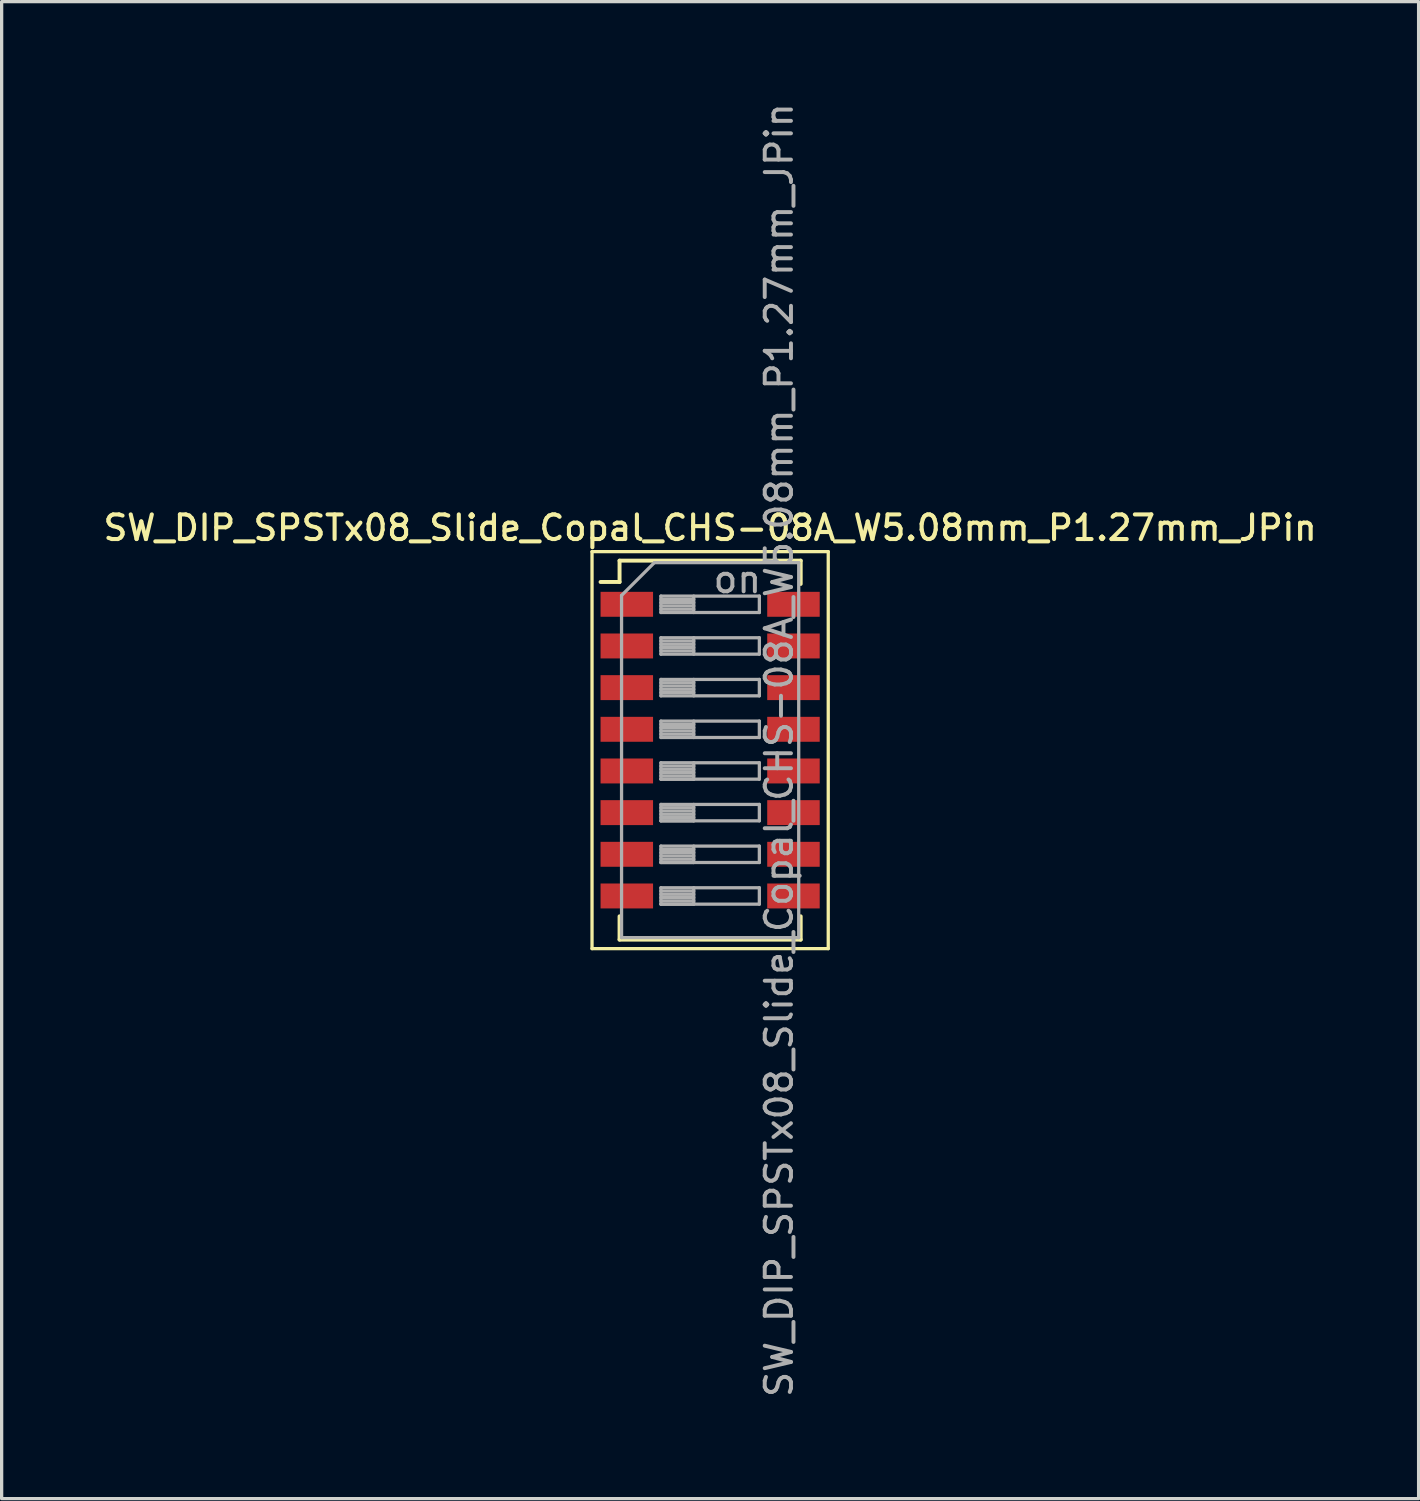
<source format=kicad_pcb>
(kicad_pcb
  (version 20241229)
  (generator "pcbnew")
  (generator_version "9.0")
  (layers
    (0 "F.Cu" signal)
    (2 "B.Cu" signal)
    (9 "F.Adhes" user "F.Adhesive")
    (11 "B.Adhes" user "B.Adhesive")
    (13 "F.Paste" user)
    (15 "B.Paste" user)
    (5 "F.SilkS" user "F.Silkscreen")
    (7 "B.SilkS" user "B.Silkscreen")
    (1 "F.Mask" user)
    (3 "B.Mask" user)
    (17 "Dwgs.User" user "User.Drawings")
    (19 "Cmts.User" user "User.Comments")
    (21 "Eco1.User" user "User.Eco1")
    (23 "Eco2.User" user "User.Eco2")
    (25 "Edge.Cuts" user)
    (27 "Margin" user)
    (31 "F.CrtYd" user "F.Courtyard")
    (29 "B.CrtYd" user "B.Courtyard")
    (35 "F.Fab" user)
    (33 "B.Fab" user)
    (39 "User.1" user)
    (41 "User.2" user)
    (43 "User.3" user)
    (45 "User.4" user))
  (footprint "SW_DIP_SPSTx08_Slide_Copal_CHS-08A_W5.08mm_P1.27mm_JPin"
    (layer "F.Cu")
    (at 18.595 19.814)
    (property "Reference" "SW_DIP_SPSTx08_Slide_Copal_CHS-08A_W5.08mm_P1.27mm_JPin" (at 0 -6.775 0) (layer "F.SilkS") (effects (font (size 0.75 0.75) (thickness 0.125))))
    (attr smd)
    (fp_line (start -3.6 -6.05) (end -3.6 6.05) (stroke (width 0.1) (type solid)) (layer "F.SilkS"))
    (fp_line (start -3.6 6.05) (end 3.6 6.05) (stroke (width 0.1) (type solid)) (layer "F.SilkS"))
    (fp_line (start -3.34 -5.125) (end -2.761 -5.125) (stroke (width 0.12) (type solid)) (layer "F.SilkS"))
    (fp_line (start -2.761 -5.775) (end -2.761 -5.125) (stroke (width 0.12) (type solid)) (layer "F.SilkS"))
    (fp_line (start -2.761 -5.775) (end 2.76 -5.775) (stroke (width 0.12) (type solid)) (layer "F.SilkS"))
    (fp_line (start -2.761 5.065) (end -2.761 5.775) (stroke (width 0.12) (type solid)) (layer "F.SilkS"))
    (fp_line (start -2.761 5.775) (end 2.76 5.775) (stroke (width 0.12) (type solid)) (layer "F.SilkS"))
    (fp_line (start 2.76 -5.775) (end 2.76 -5.065) (stroke (width 0.12) (type solid)) (layer "F.SilkS"))
    (fp_line (start 2.76 5.065) (end 2.76 5.775) (stroke (width 0.12) (type solid)) (layer "F.SilkS"))
    (fp_line (start 3.6 -6.05) (end -3.6 -6.05) (stroke (width 0.1) (type solid)) (layer "F.SilkS"))
    (fp_line (start 3.6 6.05) (end 3.6 -6.05) (stroke (width 0.1) (type solid)) (layer "F.SilkS"))
    (fp_line (start -2.7 -4.715) (end -1.7 -5.715) (stroke (width 0.1) (type solid)) (layer "F.Fab"))
    (fp_line (start -2.7 5.715) (end -2.7 -4.715) (stroke (width 0.1) (type solid)) (layer "F.Fab"))
    (fp_line (start -1.7 -5.715) (end 2.7 -5.715) (stroke (width 0.1) (type solid)) (layer "F.Fab"))
    (fp_line (start -1.5 -4.695) (end -1.5 -4.195) (stroke (width 0.1) (type solid)) (layer "F.Fab"))
    (fp_line (start -1.5 -4.595) (end -0.5 -4.595) (stroke (width 0.1) (type solid)) (layer "F.Fab"))
    (fp_line (start -1.5 -4.495) (end -0.5 -4.495) (stroke (width 0.1) (type solid)) (layer "F.Fab"))
    (fp_line (start -1.5 -4.395) (end -0.5 -4.395) (stroke (width 0.1) (type solid)) (layer "F.Fab"))
    (fp_line (start -1.5 -4.295) (end -0.5 -4.295) (stroke (width 0.1) (type solid)) (layer "F.Fab"))
    (fp_line (start -1.5 -4.195) (end 1.5 -4.195) (stroke (width 0.1) (type solid)) (layer "F.Fab"))
    (fp_line (start -1.5 -3.425) (end -1.5 -2.925) (stroke (width 0.1) (type solid)) (layer "F.Fab"))
    (fp_line (start -1.5 -3.325) (end -0.5 -3.325) (stroke (width 0.1) (type solid)) (layer "F.Fab"))
    (fp_line (start -1.5 -3.225) (end -0.5 -3.225) (stroke (width 0.1) (type solid)) (layer "F.Fab"))
    (fp_line (start -1.5 -3.125) (end -0.5 -3.125) (stroke (width 0.1) (type solid)) (layer "F.Fab"))
    (fp_line (start -1.5 -3.025) (end -0.5 -3.025) (stroke (width 0.1) (type solid)) (layer "F.Fab"))
    (fp_line (start -1.5 -2.925) (end 1.5 -2.925) (stroke (width 0.1) (type solid)) (layer "F.Fab"))
    (fp_line (start -1.5 -2.155) (end -1.5 -1.655) (stroke (width 0.1) (type solid)) (layer "F.Fab"))
    (fp_line (start -1.5 -2.055) (end -0.5 -2.055) (stroke (width 0.1) (type solid)) (layer "F.Fab"))
    (fp_line (start -1.5 -1.955) (end -0.5 -1.955) (stroke (width 0.1) (type solid)) (layer "F.Fab"))
    (fp_line (start -1.5 -1.855) (end -0.5 -1.855) (stroke (width 0.1) (type solid)) (layer "F.Fab"))
    (fp_line (start -1.5 -1.755) (end -0.5 -1.755) (stroke (width 0.1) (type solid)) (layer "F.Fab"))
    (fp_line (start -1.5 -1.655) (end 1.5 -1.655) (stroke (width 0.1) (type solid)) (layer "F.Fab"))
    (fp_line (start -1.5 -0.885) (end -1.5 -0.385) (stroke (width 0.1) (type solid)) (layer "F.Fab"))
    (fp_line (start -1.5 -0.785) (end -0.5 -0.785) (stroke (width 0.1) (type solid)) (layer "F.Fab"))
    (fp_line (start -1.5 -0.685) (end -0.5 -0.685) (stroke (width 0.1) (type solid)) (layer "F.Fab"))
    (fp_line (start -1.5 -0.585) (end -0.5 -0.585) (stroke (width 0.1) (type solid)) (layer "F.Fab"))
    (fp_line (start -1.5 -0.485) (end -0.5 -0.485) (stroke (width 0.1) (type solid)) (layer "F.Fab"))
    (fp_line (start -1.5 -0.385) (end 1.5 -0.385) (stroke (width 0.1) (type solid)) (layer "F.Fab"))
    (fp_line (start -1.5 0.385) (end -1.5 0.885) (stroke (width 0.1) (type solid)) (layer "F.Fab"))
    (fp_line (start -1.5 0.485) (end -0.5 0.485) (stroke (width 0.1) (type solid)) (layer "F.Fab"))
    (fp_line (start -1.5 0.585) (end -0.5 0.585) (stroke (width 0.1) (type solid)) (layer "F.Fab"))
    (fp_line (start -1.5 0.685) (end -0.5 0.685) (stroke (width 0.1) (type solid)) (layer "F.Fab"))
    (fp_line (start -1.5 0.785) (end -0.5 0.785) (stroke (width 0.1) (type solid)) (layer "F.Fab"))
    (fp_line (start -1.5 0.885) (end -0.5 0.885) (stroke (width 0.1) (type solid)) (layer "F.Fab"))
    (fp_line (start -1.5 0.885) (end 1.5 0.885) (stroke (width 0.1) (type solid)) (layer "F.Fab"))
    (fp_line (start -1.5 1.655) (end -1.5 2.155) (stroke (width 0.1) (type solid)) (layer "F.Fab"))
    (fp_line (start -1.5 1.755) (end -0.5 1.755) (stroke (width 0.1) (type solid)) (layer "F.Fab"))
    (fp_line (start -1.5 1.855) (end -0.5 1.855) (stroke (width 0.1) (type solid)) (layer "F.Fab"))
    (fp_line (start -1.5 1.955) (end -0.5 1.955) (stroke (width 0.1) (type solid)) (layer "F.Fab"))
    (fp_line (start -1.5 2.055) (end -0.5 2.055) (stroke (width 0.1) (type solid)) (layer "F.Fab"))
    (fp_line (start -1.5 2.155) (end -0.5 2.155) (stroke (width 0.1) (type solid)) (layer "F.Fab"))
    (fp_line (start -1.5 2.155) (end 1.5 2.155) (stroke (width 0.1) (type solid)) (layer "F.Fab"))
    (fp_line (start -1.5 2.925) (end -1.5 3.425) (stroke (width 0.1) (type solid)) (layer "F.Fab"))
    (fp_line (start -1.5 3.025) (end -0.5 3.025) (stroke (width 0.1) (type solid)) (layer "F.Fab"))
    (fp_line (start -1.5 3.125) (end -0.5 3.125) (stroke (width 0.1) (type solid)) (layer "F.Fab"))
    (fp_line (start -1.5 3.225) (end -0.5 3.225) (stroke (width 0.1) (type solid)) (layer "F.Fab"))
    (fp_line (start -1.5 3.325) (end -0.5 3.325) (stroke (width 0.1) (type solid)) (layer "F.Fab"))
    (fp_line (start -1.5 3.425) (end -0.5 3.425) (stroke (width 0.1) (type solid)) (layer "F.Fab"))
    (fp_line (start -1.5 3.425) (end 1.5 3.425) (stroke (width 0.1) (type solid)) (layer "F.Fab"))
    (fp_line (start -1.5 4.195) (end -1.5 4.695) (stroke (width 0.1) (type solid)) (layer "F.Fab"))
    (fp_line (start -1.5 4.295) (end -0.5 4.295) (stroke (width 0.1) (type solid)) (layer "F.Fab"))
    (fp_line (start -1.5 4.395) (end -0.5 4.395) (stroke (width 0.1) (type solid)) (layer "F.Fab"))
    (fp_line (start -1.5 4.495) (end -0.5 4.495) (stroke (width 0.1) (type solid)) (layer "F.Fab"))
    (fp_line (start -1.5 4.595) (end -0.5 4.595) (stroke (width 0.1) (type solid)) (layer "F.Fab"))
    (fp_line (start -1.5 4.695) (end -0.5 4.695) (stroke (width 0.1) (type solid)) (layer "F.Fab"))
    (fp_line (start -1.5 4.695) (end 1.5 4.695) (stroke (width 0.1) (type solid)) (layer "F.Fab"))
    (fp_line (start -0.5 -4.695) (end -0.5 -4.195) (stroke (width 0.1) (type solid)) (layer "F.Fab"))
    (fp_line (start -0.5 -3.425) (end -0.5 -2.925) (stroke (width 0.1) (type solid)) (layer "F.Fab"))
    (fp_line (start -0.5 -2.155) (end -0.5 -1.655) (stroke (width 0.1) (type solid)) (layer "F.Fab"))
    (fp_line (start -0.5 -0.885) (end -0.5 -0.385) (stroke (width 0.1) (type solid)) (layer "F.Fab"))
    (fp_line (start -0.5 0.385) (end -0.5 0.885) (stroke (width 0.1) (type solid)) (layer "F.Fab"))
    (fp_line (start -0.5 1.655) (end -0.5 2.155) (stroke (width 0.1) (type solid)) (layer "F.Fab"))
    (fp_line (start -0.5 2.925) (end -0.5 3.425) (stroke (width 0.1) (type solid)) (layer "F.Fab"))
    (fp_line (start -0.5 4.195) (end -0.5 4.695) (stroke (width 0.1) (type solid)) (layer "F.Fab"))
    (fp_line (start 1.5 -4.695) (end -1.5 -4.695) (stroke (width 0.1) (type solid)) (layer "F.Fab"))
    (fp_line (start 1.5 -4.195) (end 1.5 -4.695) (stroke (width 0.1) (type solid)) (layer "F.Fab"))
    (fp_line (start 1.5 -3.425) (end -1.5 -3.425) (stroke (width 0.1) (type solid)) (layer "F.Fab"))
    (fp_line (start 1.5 -2.925) (end 1.5 -3.425) (stroke (width 0.1) (type solid)) (layer "F.Fab"))
    (fp_line (start 1.5 -2.155) (end -1.5 -2.155) (stroke (width 0.1) (type solid)) (layer "F.Fab"))
    (fp_line (start 1.5 -1.655) (end 1.5 -2.155) (stroke (width 0.1) (type solid)) (layer "F.Fab"))
    (fp_line (start 1.5 -0.885) (end -1.5 -0.885) (stroke (width 0.1) (type solid)) (layer "F.Fab"))
    (fp_line (start 1.5 -0.385) (end 1.5 -0.885) (stroke (width 0.1) (type solid)) (layer "F.Fab"))
    (fp_line (start 1.5 0.385) (end -1.5 0.385) (stroke (width 0.1) (type solid)) (layer "F.Fab"))
    (fp_line (start 1.5 0.885) (end 1.5 0.385) (stroke (width 0.1) (type solid)) (layer "F.Fab"))
    (fp_line (start 1.5 1.655) (end -1.5 1.655) (stroke (width 0.1) (type solid)) (layer "F.Fab"))
    (fp_line (start 1.5 2.155) (end 1.5 1.655) (stroke (width 0.1) (type solid)) (layer "F.Fab"))
    (fp_line (start 1.5 2.925) (end -1.5 2.925) (stroke (width 0.1) (type solid)) (layer "F.Fab"))
    (fp_line (start 1.5 3.425) (end 1.5 2.925) (stroke (width 0.1) (type solid)) (layer "F.Fab"))
    (fp_line (start 1.5 4.195) (end -1.5 4.195) (stroke (width 0.1) (type solid)) (layer "F.Fab"))
    (fp_line (start 1.5 4.695) (end 1.5 4.195) (stroke (width 0.1) (type solid)) (layer "F.Fab"))
    (fp_line (start 2.7 -5.715) (end 2.7 5.715) (stroke (width 0.1) (type solid)) (layer "F.Fab"))
    (fp_line (start 2.7 5.715) (end -2.7 5.715) (stroke (width 0.1) (type solid)) (layer "F.Fab"))
    (fp_text user "on" (at 0.83 -5.205 0) (layer "F.Fab") (effects (font (size 0.8 0.8) (thickness 0.12))))
    (fp_text user "${REFERENCE}" (at 2.1 0 90) (layer "F.Fab") (effects (font (size 0.8 0.8) (thickness 0.12))))
    (pad "1" smd rect (at -2.54 -4.445) (size 1.6 0.76) (layers "F.Cu" "F.Mask" "F.Paste"))
    (pad "2" smd rect (at -2.54 -3.175) (size 1.6 0.76) (layers "F.Cu" "F.Mask" "F.Paste"))
    (pad "3" smd rect (at -2.54 -1.905) (size 1.6 0.76) (layers "F.Cu" "F.Mask" "F.Paste"))
    (pad "4" smd rect (at -2.54 -0.635) (size 1.6 0.76) (layers "F.Cu" "F.Mask" "F.Paste"))
    (pad "5" smd rect (at -2.54 0.635) (size 1.6 0.76) (layers "F.Cu" "F.Mask" "F.Paste"))
    (pad "6" smd rect (at -2.54 1.905) (size 1.6 0.76) (layers "F.Cu" "F.Mask" "F.Paste"))
    (pad "7" smd rect (at -2.54 3.175) (size 1.6 0.76) (layers "F.Cu" "F.Mask" "F.Paste"))
    (pad "8" smd rect (at -2.54 4.445) (size 1.6 0.76) (layers "F.Cu" "F.Mask" "F.Paste"))
    (pad "9" smd rect (at 2.54 4.445) (size 1.6 0.76) (layers "F.Cu" "F.Mask" "F.Paste"))
    (pad "10" smd rect (at 2.54 3.175) (size 1.6 0.76) (layers "F.Cu" "F.Mask" "F.Paste"))
    (pad "11" smd rect (at 2.54 1.905) (size 1.6 0.76) (layers "F.Cu" "F.Mask" "F.Paste"))
    (pad "12" smd rect (at 2.54 0.635) (size 1.6 0.76) (layers "F.Cu" "F.Mask" "F.Paste"))
    (pad "13" smd rect (at 2.54 -0.635) (size 1.6 0.76) (layers "F.Cu" "F.Mask" "F.Paste"))
    (pad "14" smd rect (at 2.54 -1.905) (size 1.6 0.76) (layers "F.Cu" "F.Mask" "F.Paste"))
    (pad "15" smd rect (at 2.54 -3.175) (size 1.6 0.76) (layers "F.Cu" "F.Mask" "F.Paste"))
    (pad "16" smd rect (at 2.54 -4.445) (size 1.6 0.76) (layers "F.Cu" "F.Mask" "F.Paste")))
  (gr_rect
    (start -3 -3)
    (end 40.189 42.629)
    (stroke (width 0.1) (type default))
    (fill no)
    (layer "Edge.Cuts")))
</source>
